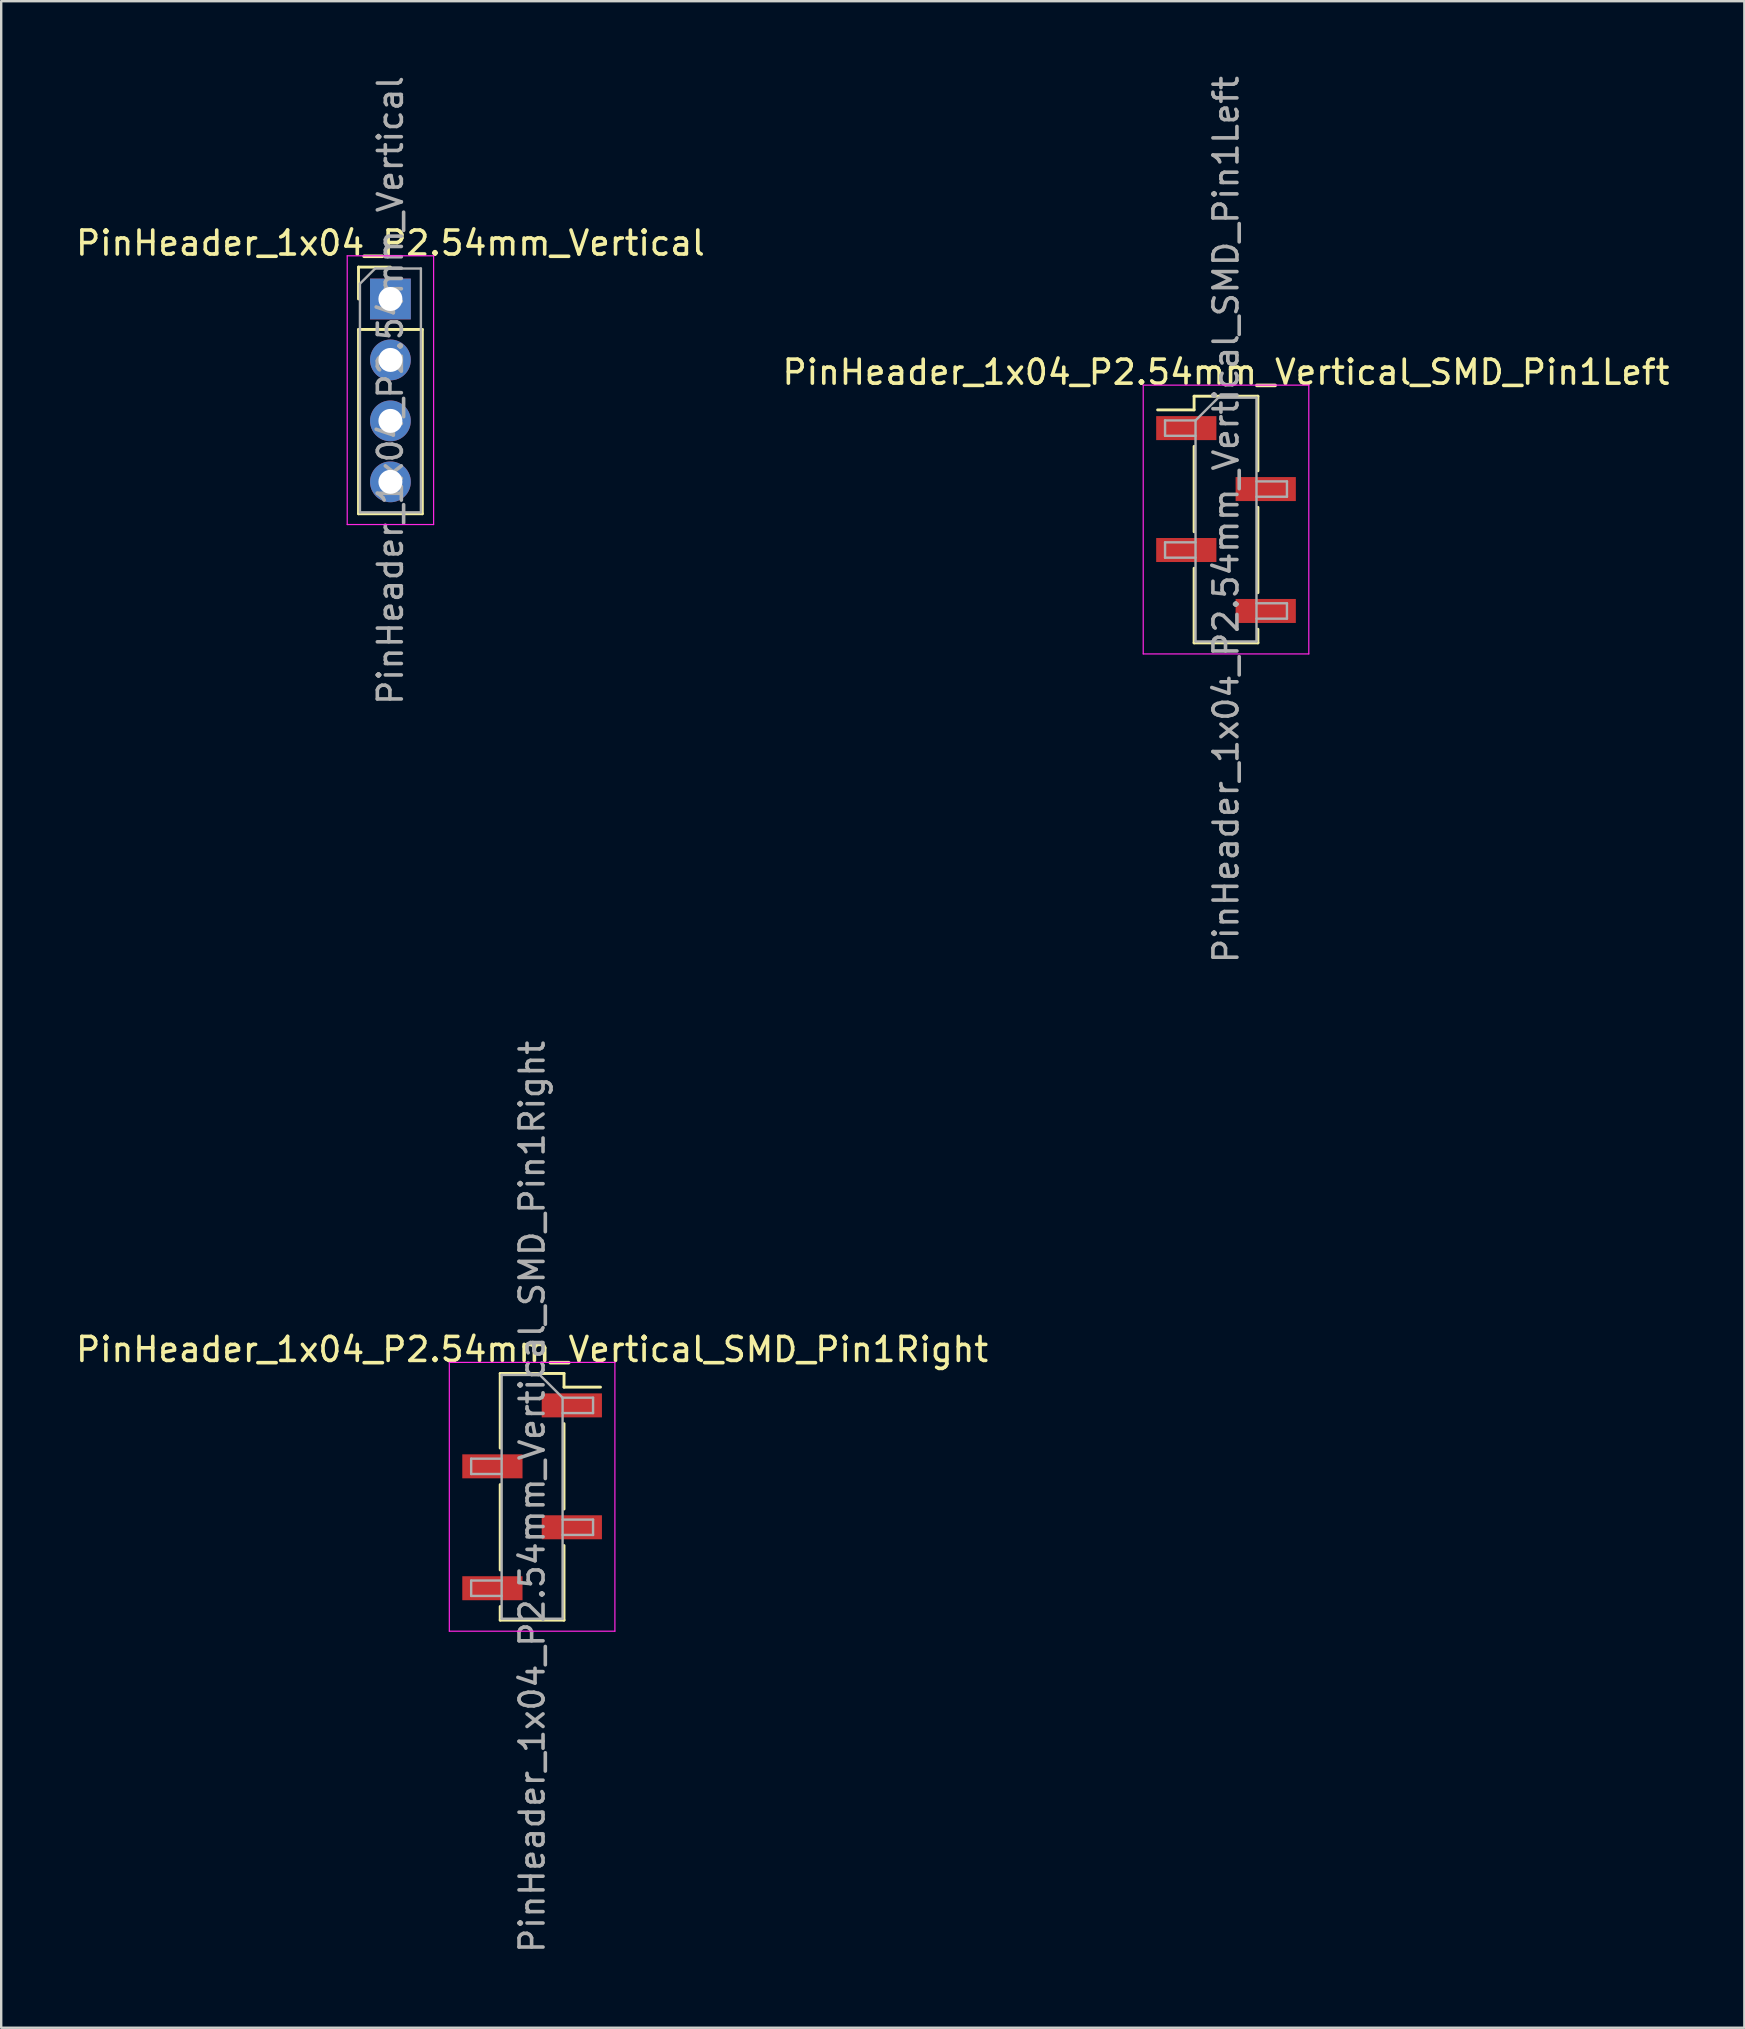
<source format=kicad_pcb>
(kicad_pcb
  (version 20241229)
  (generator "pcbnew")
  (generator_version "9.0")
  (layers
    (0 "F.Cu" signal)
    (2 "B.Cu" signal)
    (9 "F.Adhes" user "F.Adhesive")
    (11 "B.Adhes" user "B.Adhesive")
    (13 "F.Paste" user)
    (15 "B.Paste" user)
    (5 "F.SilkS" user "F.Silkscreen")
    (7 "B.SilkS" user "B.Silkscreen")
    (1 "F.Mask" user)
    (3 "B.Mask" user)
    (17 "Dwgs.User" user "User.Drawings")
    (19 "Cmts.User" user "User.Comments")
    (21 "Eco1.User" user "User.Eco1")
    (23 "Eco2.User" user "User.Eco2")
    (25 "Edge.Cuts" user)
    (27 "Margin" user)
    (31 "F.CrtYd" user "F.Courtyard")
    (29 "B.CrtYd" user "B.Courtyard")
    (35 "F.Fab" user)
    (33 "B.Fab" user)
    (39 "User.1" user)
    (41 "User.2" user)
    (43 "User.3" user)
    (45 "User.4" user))
  (footprint "PinHeader_1x04_P2.54mm_Vertical_SMD_Pin1Left"
    (layer "F.Cu")
    (at 48.042 18.601)
    (property "Reference" "PinHeader_1x04_P2.54mm_Vertical_SMD_Pin1Left" (at 0 -6.14 0) (layer "F.SilkS") (effects (font (size 1 1) (thickness 0.15))))
    (attr smd)
    (fp_line (start -1.33 -5.14) (end -1.33 -4.57) (stroke (width 0.12) (type solid)) (layer "F.SilkS"))
    (fp_line (start -1.33 -5.14) (end 1.33 -5.14) (stroke (width 0.12) (type solid)) (layer "F.SilkS"))
    (fp_line (start -1.33 -4.57) (end -2.85 -4.57) (stroke (width 0.12) (type solid)) (layer "F.SilkS"))
    (fp_line (start -1.33 -3.05) (end -1.33 0.51) (stroke (width 0.12) (type solid)) (layer "F.SilkS"))
    (fp_line (start -1.33 2.03) (end -1.33 5.14) (stroke (width 0.12) (type solid)) (layer "F.SilkS"))
    (fp_line (start -1.33 5.14) (end 1.33 5.14) (stroke (width 0.12) (type solid)) (layer "F.SilkS"))
    (fp_line (start 1.33 -5.14) (end 1.33 -2.03) (stroke (width 0.12) (type solid)) (layer "F.SilkS"))
    (fp_line (start 1.33 -0.51) (end 1.33 3.05) (stroke (width 0.12) (type solid)) (layer "F.SilkS"))
    (fp_line (start 1.33 4.57) (end 1.33 5.14) (stroke (width 0.12) (type solid)) (layer "F.SilkS"))
    (fp_line (start -3.45 -5.6) (end -3.45 5.6) (stroke (width 0.05) (type solid)) (layer "F.CrtYd"))
    (fp_line (start -3.45 5.6) (end 3.45 5.6) (stroke (width 0.05) (type solid)) (layer "F.CrtYd"))
    (fp_line (start 3.45 -5.6) (end -3.45 -5.6) (stroke (width 0.05) (type solid)) (layer "F.CrtYd"))
    (fp_line (start 3.45 5.6) (end 3.45 -5.6) (stroke (width 0.05) (type solid)) (layer "F.CrtYd"))
    (fp_line (start -2.54 -4.13) (end -2.54 -3.49) (stroke (width 0.1) (type solid)) (layer "F.Fab"))
    (fp_line (start -2.54 -3.49) (end -1.27 -3.49) (stroke (width 0.1) (type solid)) (layer "F.Fab"))
    (fp_line (start -2.54 0.95) (end -2.54 1.59) (stroke (width 0.1) (type solid)) (layer "F.Fab"))
    (fp_line (start -2.54 1.59) (end -1.27 1.59) (stroke (width 0.1) (type solid)) (layer "F.Fab"))
    (fp_line (start -1.27 -4.13) (end -2.54 -4.13) (stroke (width 0.1) (type solid)) (layer "F.Fab"))
    (fp_line (start -1.27 -4.13) (end -0.32 -5.08) (stroke (width 0.1) (type solid)) (layer "F.Fab"))
    (fp_line (start -1.27 0.95) (end -2.54 0.95) (stroke (width 0.1) (type solid)) (layer "F.Fab"))
    (fp_line (start -1.27 5.08) (end -1.27 -4.13) (stroke (width 0.1) (type solid)) (layer "F.Fab"))
    (fp_line (start -0.32 -5.08) (end 1.27 -5.08) (stroke (width 0.1) (type solid)) (layer "F.Fab"))
    (fp_line (start 1.27 -5.08) (end 1.27 5.08) (stroke (width 0.1) (type solid)) (layer "F.Fab"))
    (fp_line (start 1.27 -1.59) (end 2.54 -1.59) (stroke (width 0.1) (type solid)) (layer "F.Fab"))
    (fp_line (start 1.27 3.49) (end 2.54 3.49) (stroke (width 0.1) (type solid)) (layer "F.Fab"))
    (fp_line (start 1.27 5.08) (end -1.27 5.08) (stroke (width 0.1) (type solid)) (layer "F.Fab"))
    (fp_line (start 2.54 -1.59) (end 2.54 -0.95) (stroke (width 0.1) (type solid)) (layer "F.Fab"))
    (fp_line (start 2.54 -0.95) (end 1.27 -0.95) (stroke (width 0.1) (type solid)) (layer "F.Fab"))
    (fp_line (start 2.54 3.49) (end 2.54 4.13) (stroke (width 0.1) (type solid)) (layer "F.Fab"))
    (fp_line (start 2.54 4.13) (end 1.27 4.13) (stroke (width 0.1) (type solid)) (layer "F.Fab"))
    (fp_text user "${REFERENCE}" (at 0 0 90) (layer "F.Fab") (effects (font (size 1 1) (thickness 0.15))))
    (pad "1" smd rect (at -1.655 -3.81) (size 2.51 1) (layers "F.Cu" "F.Mask" "F.Paste"))
    (pad "2" smd rect (at 1.655 -1.27) (size 2.51 1) (layers "F.Cu" "F.Mask" "F.Paste"))
    (pad "3" smd rect (at -1.655 1.27) (size 2.51 1) (layers "F.Cu" "F.Mask" "F.Paste"))
    (pad "4" smd rect (at 1.655 3.81) (size 2.51 1) (layers "F.Cu" "F.Mask" "F.Paste")))
  (footprint "PinHeader_1x04_P2.54mm_Vertical"
    (layer "F.Cu")
    (at 13.22 9.41)
    (property "Reference" "PinHeader_1x04_P2.54mm_Vertical" (at 0 -2.33 0) (layer "F.SilkS") (effects (font (size 1 1) (thickness 0.15))))
    (attr through_hole)
    (fp_line (start -1.33 -1.33) (end 0 -1.33) (stroke (width 0.12) (type solid)) (layer "F.SilkS"))
    (fp_line (start -1.33 0) (end -1.33 -1.33) (stroke (width 0.12) (type solid)) (layer "F.SilkS"))
    (fp_line (start -1.33 1.27) (end -1.33 8.95) (stroke (width 0.12) (type solid)) (layer "F.SilkS"))
    (fp_line (start -1.33 1.27) (end 1.33 1.27) (stroke (width 0.12) (type solid)) (layer "F.SilkS"))
    (fp_line (start -1.33 8.95) (end 1.33 8.95) (stroke (width 0.12) (type solid)) (layer "F.SilkS"))
    (fp_line (start 1.33 1.27) (end 1.33 8.95) (stroke (width 0.12) (type solid)) (layer "F.SilkS"))
    (fp_line (start -1.8 -1.8) (end -1.8 9.4) (stroke (width 0.05) (type solid)) (layer "F.CrtYd"))
    (fp_line (start -1.8 9.4) (end 1.8 9.4) (stroke (width 0.05) (type solid)) (layer "F.CrtYd"))
    (fp_line (start 1.8 -1.8) (end -1.8 -1.8) (stroke (width 0.05) (type solid)) (layer "F.CrtYd"))
    (fp_line (start 1.8 9.4) (end 1.8 -1.8) (stroke (width 0.05) (type solid)) (layer "F.CrtYd"))
    (fp_line (start -1.27 -0.635) (end -0.635 -1.27) (stroke (width 0.1) (type solid)) (layer "F.Fab"))
    (fp_line (start -1.27 8.89) (end -1.27 -0.635) (stroke (width 0.1) (type solid)) (layer "F.Fab"))
    (fp_line (start -0.635 -1.27) (end 1.27 -1.27) (stroke (width 0.1) (type solid)) (layer "F.Fab"))
    (fp_line (start 1.27 -1.27) (end 1.27 8.89) (stroke (width 0.1) (type solid)) (layer "F.Fab"))
    (fp_line (start 1.27 8.89) (end -1.27 8.89) (stroke (width 0.1) (type solid)) (layer "F.Fab"))
    (fp_text user "${REFERENCE}" (at 0 3.81 90) (layer "F.Fab") (effects (font (size 1 1) (thickness 0.15))))
    (pad "1" thru_hole rect (at 0 0) (size 1.7 1.7) (drill 1) (layers "*.Cu" "*.Mask"))
    (pad "2" thru_hole oval (at 0 2.54) (size 1.7 1.7) (drill 1) (layers "*.Cu" "*.Mask"))
    (pad "3" thru_hole oval (at 0 5.08) (size 1.7 1.7) (drill 1) (layers "*.Cu" "*.Mask"))
    (pad "4" thru_hole oval (at 0 7.62) (size 1.7 1.7) (drill 1) (layers "*.Cu" "*.Mask")))
  (footprint "PinHeader_1x04_P2.54mm_Vertical_SMD_Pin1Right"
    (layer "F.Cu")
    (at 19.125 59.327)
    (property "Reference" "PinHeader_1x04_P2.54mm_Vertical_SMD_Pin1Right" (at 0 -6.14 0) (layer "F.SilkS") (effects (font (size 1 1) (thickness 0.15))))
    (attr smd)
    (fp_line (start -1.33 -5.14) (end -1.33 -2.03) (stroke (width 0.12) (type solid)) (layer "F.SilkS"))
    (fp_line (start -1.33 -5.14) (end 1.33 -5.14) (stroke (width 0.12) (type solid)) (layer "F.SilkS"))
    (fp_line (start -1.33 -0.51) (end -1.33 3.05) (stroke (width 0.12) (type solid)) (layer "F.SilkS"))
    (fp_line (start -1.33 4.57) (end -1.33 5.14) (stroke (width 0.12) (type solid)) (layer "F.SilkS"))
    (fp_line (start -1.33 5.14) (end 1.33 5.14) (stroke (width 0.12) (type solid)) (layer "F.SilkS"))
    (fp_line (start 1.33 -5.14) (end 1.33 -4.57) (stroke (width 0.12) (type solid)) (layer "F.SilkS"))
    (fp_line (start 1.33 -4.57) (end 2.85 -4.57) (stroke (width 0.12) (type solid)) (layer "F.SilkS"))
    (fp_line (start 1.33 -3.05) (end 1.33 0.51) (stroke (width 0.12) (type solid)) (layer "F.SilkS"))
    (fp_line (start 1.33 2.03) (end 1.33 5.14) (stroke (width 0.12) (type solid)) (layer "F.SilkS"))
    (fp_line (start -3.45 -5.6) (end -3.45 5.6) (stroke (width 0.05) (type solid)) (layer "F.CrtYd"))
    (fp_line (start -3.45 5.6) (end 3.45 5.6) (stroke (width 0.05) (type solid)) (layer "F.CrtYd"))
    (fp_line (start 3.45 -5.6) (end -3.45 -5.6) (stroke (width 0.05) (type solid)) (layer "F.CrtYd"))
    (fp_line (start 3.45 5.6) (end 3.45 -5.6) (stroke (width 0.05) (type solid)) (layer "F.CrtYd"))
    (fp_line (start -2.54 -1.59) (end -2.54 -0.95) (stroke (width 0.1) (type solid)) (layer "F.Fab"))
    (fp_line (start -2.54 -0.95) (end -1.27 -0.95) (stroke (width 0.1) (type solid)) (layer "F.Fab"))
    (fp_line (start -2.54 3.49) (end -2.54 4.13) (stroke (width 0.1) (type solid)) (layer "F.Fab"))
    (fp_line (start -2.54 4.13) (end -1.27 4.13) (stroke (width 0.1) (type solid)) (layer "F.Fab"))
    (fp_line (start -1.27 -5.08) (end -1.27 5.08) (stroke (width 0.1) (type solid)) (layer "F.Fab"))
    (fp_line (start -1.27 -5.08) (end 0.32 -5.08) (stroke (width 0.1) (type solid)) (layer "F.Fab"))
    (fp_line (start -1.27 -1.59) (end -2.54 -1.59) (stroke (width 0.1) (type solid)) (layer "F.Fab"))
    (fp_line (start -1.27 3.49) (end -2.54 3.49) (stroke (width 0.1) (type solid)) (layer "F.Fab"))
    (fp_line (start 1.27 -4.13) (end 0.32 -5.08) (stroke (width 0.1) (type solid)) (layer "F.Fab"))
    (fp_line (start 1.27 -4.13) (end 2.54 -4.13) (stroke (width 0.1) (type solid)) (layer "F.Fab"))
    (fp_line (start 1.27 0.95) (end 2.54 0.95) (stroke (width 0.1) (type solid)) (layer "F.Fab"))
    (fp_line (start 1.27 5.08) (end -1.27 5.08) (stroke (width 0.1) (type solid)) (layer "F.Fab"))
    (fp_line (start 1.27 5.08) (end 1.27 -4.13) (stroke (width 0.1) (type solid)) (layer "F.Fab"))
    (fp_line (start 2.54 -4.13) (end 2.54 -3.49) (stroke (width 0.1) (type solid)) (layer "F.Fab"))
    (fp_line (start 2.54 -3.49) (end 1.27 -3.49) (stroke (width 0.1) (type solid)) (layer "F.Fab"))
    (fp_line (start 2.54 0.95) (end 2.54 1.59) (stroke (width 0.1) (type solid)) (layer "F.Fab"))
    (fp_line (start 2.54 1.59) (end 1.27 1.59) (stroke (width 0.1) (type solid)) (layer "F.Fab"))
    (fp_text user "${REFERENCE}" (at 0 0 90) (layer "F.Fab") (effects (font (size 1 1) (thickness 0.15))))
    (pad "1" smd rect (at 1.655 -3.81) (size 2.51 1) (layers "F.Cu" "F.Mask" "F.Paste"))
    (pad "2" smd rect (at -1.655 -1.27) (size 2.51 1) (layers "F.Cu" "F.Mask" "F.Paste"))
    (pad "3" smd rect (at 1.655 1.27) (size 2.51 1) (layers "F.Cu" "F.Mask" "F.Paste"))
    (pad "4" smd rect (at -1.655 3.81) (size 2.51 1) (layers "F.Cu" "F.Mask" "F.Paste")))
  (gr_rect
    (start -3 -3)
    (end 69.643 81.452)
    (stroke (width 0.1) (type default))
    (fill no)
    (layer "Edge.Cuts")))
</source>
